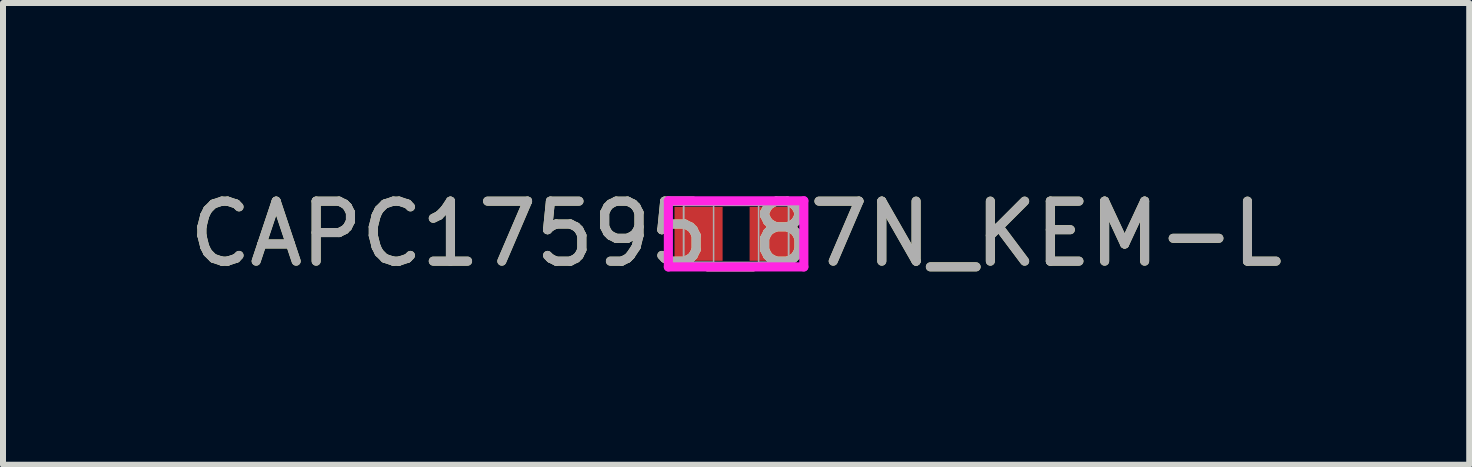
<source format=kicad_pcb>
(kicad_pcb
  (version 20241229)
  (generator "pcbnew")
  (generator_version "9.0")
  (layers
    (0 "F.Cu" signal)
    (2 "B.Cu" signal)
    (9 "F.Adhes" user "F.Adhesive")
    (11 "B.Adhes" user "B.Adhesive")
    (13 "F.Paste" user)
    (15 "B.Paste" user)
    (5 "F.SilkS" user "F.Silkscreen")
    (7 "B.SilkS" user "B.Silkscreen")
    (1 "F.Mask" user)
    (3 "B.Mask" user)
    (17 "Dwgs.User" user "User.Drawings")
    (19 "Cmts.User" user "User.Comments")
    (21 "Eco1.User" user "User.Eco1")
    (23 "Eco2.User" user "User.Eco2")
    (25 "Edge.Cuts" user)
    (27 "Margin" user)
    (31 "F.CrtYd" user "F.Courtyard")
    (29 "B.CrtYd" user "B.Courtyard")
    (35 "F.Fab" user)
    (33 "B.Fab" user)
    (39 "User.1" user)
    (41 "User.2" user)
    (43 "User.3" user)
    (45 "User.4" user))
  (footprint "CAPC17595_87N_KEM-L"
    (layer "F.Cu")
    (at 9.22 0.848)
    (property "Reference" "CAPC17595_87N_KEM-L" (at 0 0 0) (unlocked yes) (layer "F.SilkS") (effects (font (size 1 1) (thickness 0.15))))
    (attr smd)
    (fp_line (start -1.129 -0.551) (end 1.129 -0.551) (stroke (width 0.152) (type solid)) (layer "F.CrtYd"))
    (fp_line (start -1.129 0.551) (end -1.129 -0.551) (stroke (width 0.152) (type solid)) (layer "F.CrtYd"))
    (fp_line (start 1.129 -0.551) (end 1.129 0.551) (stroke (width 0.152) (type solid)) (layer "F.CrtYd"))
    (fp_line (start 1.129 0.551) (end -1.129 0.551) (stroke (width 0.152) (type solid)) (layer "F.CrtYd"))
    (fp_line (start -0.875 -0.475) (end -0.875 0.475) (stroke (width 0.025) (type solid)) (layer "F.Fab"))
    (fp_line (start -0.875 -0.475) (end -0.875 0.475) (stroke (width 0.025) (type solid)) (layer "F.Fab"))
    (fp_line (start -0.875 0.475) (end -0.375 0.475) (stroke (width 0.025) (type solid)) (layer "F.Fab"))
    (fp_line (start -0.875 0.475) (end 0.875 0.475) (stroke (width 0.025) (type solid)) (layer "F.Fab"))
    (fp_line (start -0.375 -0.475) (end -0.875 -0.475) (stroke (width 0.025) (type solid)) (layer "F.Fab"))
    (fp_line (start -0.375 0.475) (end -0.375 -0.475) (stroke (width 0.025) (type solid)) (layer "F.Fab"))
    (fp_line (start 0.375 -0.475) (end 0.375 0.475) (stroke (width 0.025) (type solid)) (layer "F.Fab"))
    (fp_line (start 0.375 0.475) (end 0.875 0.475) (stroke (width 0.025) (type solid)) (layer "F.Fab"))
    (fp_line (start 0.875 -0.475) (end -0.875 -0.475) (stroke (width 0.025) (type solid)) (layer "F.Fab"))
    (fp_line (start 0.875 -0.475) (end 0.375 -0.475) (stroke (width 0.025) (type solid)) (layer "F.Fab"))
    (fp_line (start 0.875 0.475) (end 0.875 -0.475) (stroke (width 0.025) (type solid)) (layer "F.Fab"))
    (fp_line (start 0.875 0.475) (end 0.875 -0.475) (stroke (width 0.025) (type solid)) (layer "F.Fab"))
    (fp_text user "${REFERENCE}" (at 0 0 0) (unlocked yes) (layer "F.Fab") (effects (font (size 1 1) (thickness 0.15))))
    (pad "1" smd rect (at -0.626 0) (size 0.802 0.899) (layers "F.Cu" "F.Mask" "F.Paste"))
    (pad "2" smd rect (at 0.626 0) (size 0.802 0.899) (layers "F.Cu" "F.Mask" "F.Paste"))
    (zone (net_name "") (layer "F.Cu") (hatch full 0.508) (connect_pads) (min_thickness 0.254) (filled_areas_thickness no) (keepout (tracks not_allowed) (vias not_allowed) (pads allowed) (copperpour not_allowed) (footprints allowed)) (placement (enabled no)) (fill) (polygon (pts (xy 9.046 0.424) (xy 9.394 0.424) (xy 9.394 1.272) (xy 9.046 1.272)))))
  (gr_rect
    (start -3 -3)
    (end 21.44 4.697)
    (stroke (width 0.1) (type default))
    (fill no)
    (layer "Edge.Cuts")))
</source>
